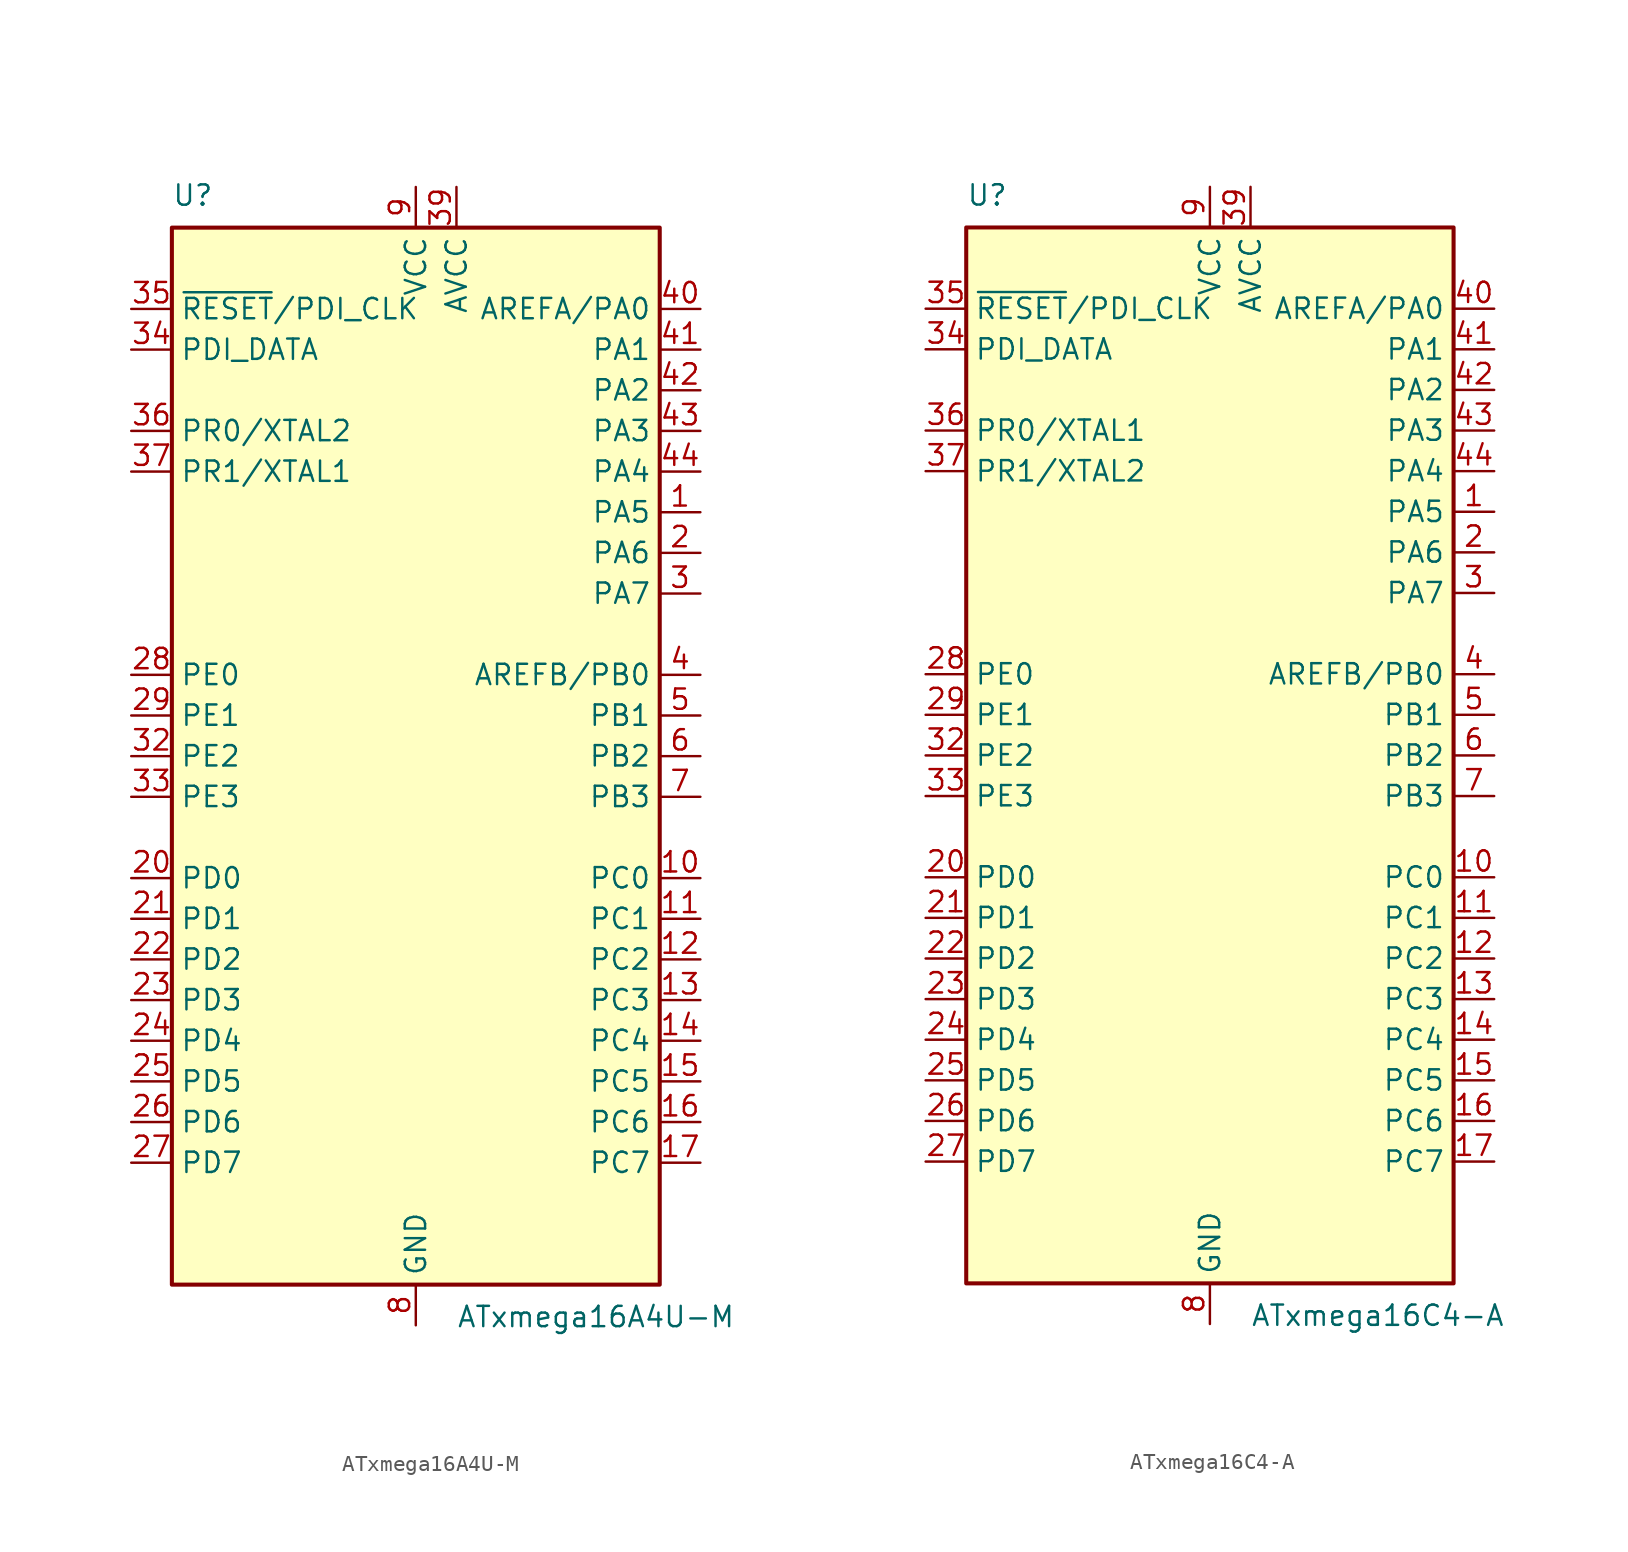
<source format=kicad_sym>
(kicad_symbol_lib
  (version 20241209)
  (generator "kicad_symbol_editor")
  (generator_version "9.0")
  (symbol "ATxmega16A4U-M"
    (property "Reference" "U"
      (at -15.24 34.29 0)
      (effects (font (size 1.27 1.27)) (justify left bottom)))
    (property "Value" "ATxmega16A4U-M"
      (at 2.54 -34.29 0)
      (effects (font (size 1.27 1.27)) (justify left top)))
    (symbol "ATxmega16A4U-M_0_1"
      (rectangle (start -15.24 -33.02) (end 15.24 33.02) (stroke (width 0.254) (type default)) (fill (type background))))
    (symbol "ATxmega16A4U-M_1_1"
      (pin input line (at -17.78 27.94 0) (length 2.54) (name "~{RESET}/PDI_CLK" (effects (font (size 1.27 1.27)))) (number "35" (effects (font (size 1.27 1.27)))))
      (pin bidirectional line (at -17.78 25.4 0) (length 2.54) (name "PDI_DATA" (effects (font (size 1.27 1.27)))) (number "34" (effects (font (size 1.27 1.27)))))
      (pin bidirectional line (at -17.78 20.32 0) (length 2.54) (name "PR0/XTAL2" (effects (font (size 1.27 1.27)))) (number "36" (effects (font (size 1.27 1.27)))))
      (pin bidirectional line (at -17.78 17.78 0) (length 2.54) (name "PR1/XTAL1" (effects (font (size 1.27 1.27)))) (number "37" (effects (font (size 1.27 1.27)))))
      (pin bidirectional line (at -17.78 5.08 0) (length 2.54) (name "PE0" (effects (font (size 1.27 1.27)))) (number "28" (effects (font (size 1.27 1.27)))))
      (pin bidirectional line (at -17.78 2.54 0) (length 2.54) (name "PE1" (effects (font (size 1.27 1.27)))) (number "29" (effects (font (size 1.27 1.27)))))
      (pin bidirectional line (at -17.78 0 0) (length 2.54) (name "PE2" (effects (font (size 1.27 1.27)))) (number "32" (effects (font (size 1.27 1.27)))))
      (pin bidirectional line (at -17.78 -2.54 0) (length 2.54) (name "PE3" (effects (font (size 1.27 1.27)))) (number "33" (effects (font (size 1.27 1.27)))))
      (pin bidirectional line (at -17.78 -7.62 0) (length 2.54) (name "PD0" (effects (font (size 1.27 1.27)))) (number "20" (effects (font (size 1.27 1.27)))))
      (pin bidirectional line (at -17.78 -10.16 0) (length 2.54) (name "PD1" (effects (font (size 1.27 1.27)))) (number "21" (effects (font (size 1.27 1.27)))))
      (pin bidirectional line (at -17.78 -12.7 0) (length 2.54) (name "PD2" (effects (font (size 1.27 1.27)))) (number "22" (effects (font (size 1.27 1.27)))))
      (pin bidirectional line (at -17.78 -15.24 0) (length 2.54) (name "PD3" (effects (font (size 1.27 1.27)))) (number "23" (effects (font (size 1.27 1.27)))))
      (pin bidirectional line (at -17.78 -17.78 0) (length 2.54) (name "PD4" (effects (font (size 1.27 1.27)))) (number "24" (effects (font (size 1.27 1.27)))))
      (pin bidirectional line (at -17.78 -20.32 0) (length 2.54) (name "PD5" (effects (font (size 1.27 1.27)))) (number "25" (effects (font (size 1.27 1.27)))))
      (pin bidirectional line (at -17.78 -22.86 0) (length 2.54) (name "PD6" (effects (font (size 1.27 1.27)))) (number "26" (effects (font (size 1.27 1.27)))))
      (pin bidirectional line (at -17.78 -25.4 0) (length 2.54) (name "PD7" (effects (font (size 1.27 1.27)))) (number "27" (effects (font (size 1.27 1.27)))))
      (pin passive line (at 0 35.56 270) (length 2.54) (hide yes) (name "VCC" (effects (font (size 1.27 1.27)))) (number "19" (effects (font (size 1.27 1.27)))))
      (pin passive line (at 0 35.56 270) (length 2.54) (hide yes) (name "VCC" (effects (font (size 1.27 1.27)))) (number "31" (effects (font (size 1.27 1.27)))))
      (pin power_in line (at 0 35.56 270) (length 2.54) (name "VCC" (effects (font (size 1.27 1.27)))) (number "9" (effects (font (size 1.27 1.27)))))
      (pin passive line (at 0 -35.56 90) (length 2.54) (hide yes) (name "GND" (effects (font (size 1.27 1.27)))) (number "18" (effects (font (size 1.27 1.27)))))
      (pin passive line (at 0 -35.56 90) (length 2.54) (hide yes) (name "GND" (effects (font (size 1.27 1.27)))) (number "30" (effects (font (size 1.27 1.27)))))
      (pin passive line (at 0 -35.56 90) (length 2.54) (hide yes) (name "GND" (effects (font (size 1.27 1.27)))) (number "38" (effects (font (size 1.27 1.27)))))
      (pin passive line (at 0 -35.56 90) (length 2.54) (hide yes) (name "GND" (effects (font (size 1.27 1.27)))) (number "45" (effects (font (size 1.27 1.27)))))
      (pin power_in line (at 0 -35.56 90) (length 2.54) (name "GND" (effects (font (size 1.27 1.27)))) (number "8" (effects (font (size 1.27 1.27)))))
      (pin power_in line (at 2.54 35.56 270) (length 2.54) (name "AVCC" (effects (font (size 1.27 1.27)))) (number "39" (effects (font (size 1.27 1.27)))))
      (pin bidirectional line (at 17.78 27.94 180) (length 2.54) (name "AREFA/PA0" (effects (font (size 1.27 1.27)))) (number "40" (effects (font (size 1.27 1.27)))))
      (pin bidirectional line (at 17.78 25.4 180) (length 2.54) (name "PA1" (effects (font (size 1.27 1.27)))) (number "41" (effects (font (size 1.27 1.27)))))
      (pin bidirectional line (at 17.78 22.86 180) (length 2.54) (name "PA2" (effects (font (size 1.27 1.27)))) (number "42" (effects (font (size 1.27 1.27)))))
      (pin bidirectional line (at 17.78 20.32 180) (length 2.54) (name "PA3" (effects (font (size 1.27 1.27)))) (number "43" (effects (font (size 1.27 1.27)))))
      (pin bidirectional line (at 17.78 17.78 180) (length 2.54) (name "PA4" (effects (font (size 1.27 1.27)))) (number "44" (effects (font (size 1.27 1.27)))))
      (pin bidirectional line (at 17.78 15.24 180) (length 2.54) (name "PA5" (effects (font (size 1.27 1.27)))) (number "1" (effects (font (size 1.27 1.27)))))
      (pin bidirectional line (at 17.78 12.7 180) (length 2.54) (name "PA6" (effects (font (size 1.27 1.27)))) (number "2" (effects (font (size 1.27 1.27)))))
      (pin bidirectional line (at 17.78 10.16 180) (length 2.54) (name "PA7" (effects (font (size 1.27 1.27)))) (number "3" (effects (font (size 1.27 1.27)))))
      (pin bidirectional line (at 17.78 5.08 180) (length 2.54) (name "AREFB/PB0" (effects (font (size 1.27 1.27)))) (number "4" (effects (font (size 1.27 1.27)))))
      (pin bidirectional line (at 17.78 2.54 180) (length 2.54) (name "PB1" (effects (font (size 1.27 1.27)))) (number "5" (effects (font (size 1.27 1.27)))))
      (pin bidirectional line (at 17.78 0 180) (length 2.54) (name "PB2" (effects (font (size 1.27 1.27)))) (number "6" (effects (font (size 1.27 1.27)))))
      (pin bidirectional line (at 17.78 -2.54 180) (length 2.54) (name "PB3" (effects (font (size 1.27 1.27)))) (number "7" (effects (font (size 1.27 1.27)))))
      (pin bidirectional line (at 17.78 -7.62 180) (length 2.54) (name "PC0" (effects (font (size 1.27 1.27)))) (number "10" (effects (font (size 1.27 1.27)))))
      (pin bidirectional line (at 17.78 -10.16 180) (length 2.54) (name "PC1" (effects (font (size 1.27 1.27)))) (number "11" (effects (font (size 1.27 1.27)))))
      (pin bidirectional line (at 17.78 -12.7 180) (length 2.54) (name "PC2" (effects (font (size 1.27 1.27)))) (number "12" (effects (font (size 1.27 1.27)))))
      (pin bidirectional line (at 17.78 -15.24 180) (length 2.54) (name "PC3" (effects (font (size 1.27 1.27)))) (number "13" (effects (font (size 1.27 1.27)))))
      (pin bidirectional line (at 17.78 -17.78 180) (length 2.54) (name "PC4" (effects (font (size 1.27 1.27)))) (number "14" (effects (font (size 1.27 1.27)))))
      (pin bidirectional line (at 17.78 -20.32 180) (length 2.54) (name "PC5" (effects (font (size 1.27 1.27)))) (number "15" (effects (font (size 1.27 1.27)))))
      (pin bidirectional line (at 17.78 -22.86 180) (length 2.54) (name "PC6" (effects (font (size 1.27 1.27)))) (number "16" (effects (font (size 1.27 1.27)))))
      (pin bidirectional line (at 17.78 -25.4 180) (length 2.54) (name "PC7" (effects (font (size 1.27 1.27)))) (number "17" (effects (font (size 1.27 1.27)))))))
  (symbol "ATxmega16C4-A"
    (property "Reference" "U"
      (at -15.24 34.29 0)
      (effects (font (size 1.27 1.27)) (justify left bottom)))
    (property "Value" "ATxmega16C4-A"
      (at 2.54 -34.29 0)
      (effects (font (size 1.27 1.27)) (justify left top)))
    (symbol "ATxmega16C4-A_0_1"
      (rectangle (start -15.24 -33.02) (end 15.24 33.02) (stroke (width 0.254) (type default)) (fill (type background))))
    (symbol "ATxmega16C4-A_1_1"
      (pin input line (at -17.78 27.94 0) (length 2.54) (name "~{RESET}/PDI_CLK" (effects (font (size 1.27 1.27)))) (number "35" (effects (font (size 1.27 1.27)))))
      (pin bidirectional line (at -17.78 25.4 0) (length 2.54) (name "PDI_DATA" (effects (font (size 1.27 1.27)))) (number "34" (effects (font (size 1.27 1.27)))))
      (pin bidirectional line (at -17.78 20.32 0) (length 2.54) (name "PR0/XTAL1" (effects (font (size 1.27 1.27)))) (number "36" (effects (font (size 1.27 1.27)))))
      (pin bidirectional line (at -17.78 17.78 0) (length 2.54) (name "PR1/XTAL2" (effects (font (size 1.27 1.27)))) (number "37" (effects (font (size 1.27 1.27)))))
      (pin bidirectional line (at -17.78 5.08 0) (length 2.54) (name "PE0" (effects (font (size 1.27 1.27)))) (number "28" (effects (font (size 1.27 1.27)))))
      (pin bidirectional line (at -17.78 2.54 0) (length 2.54) (name "PE1" (effects (font (size 1.27 1.27)))) (number "29" (effects (font (size 1.27 1.27)))))
      (pin bidirectional line (at -17.78 0 0) (length 2.54) (name "PE2" (effects (font (size 1.27 1.27)))) (number "32" (effects (font (size 1.27 1.27)))))
      (pin bidirectional line (at -17.78 -2.54 0) (length 2.54) (name "PE3" (effects (font (size 1.27 1.27)))) (number "33" (effects (font (size 1.27 1.27)))))
      (pin bidirectional line (at -17.78 -7.62 0) (length 2.54) (name "PD0" (effects (font (size 1.27 1.27)))) (number "20" (effects (font (size 1.27 1.27)))))
      (pin bidirectional line (at -17.78 -10.16 0) (length 2.54) (name "PD1" (effects (font (size 1.27 1.27)))) (number "21" (effects (font (size 1.27 1.27)))))
      (pin bidirectional line (at -17.78 -12.7 0) (length 2.54) (name "PD2" (effects (font (size 1.27 1.27)))) (number "22" (effects (font (size 1.27 1.27)))))
      (pin bidirectional line (at -17.78 -15.24 0) (length 2.54) (name "PD3" (effects (font (size 1.27 1.27)))) (number "23" (effects (font (size 1.27 1.27)))))
      (pin bidirectional line (at -17.78 -17.78 0) (length 2.54) (name "PD4" (effects (font (size 1.27 1.27)))) (number "24" (effects (font (size 1.27 1.27)))))
      (pin bidirectional line (at -17.78 -20.32 0) (length 2.54) (name "PD5" (effects (font (size 1.27 1.27)))) (number "25" (effects (font (size 1.27 1.27)))))
      (pin bidirectional line (at -17.78 -22.86 0) (length 2.54) (name "PD6" (effects (font (size 1.27 1.27)))) (number "26" (effects (font (size 1.27 1.27)))))
      (pin bidirectional line (at -17.78 -25.4 0) (length 2.54) (name "PD7" (effects (font (size 1.27 1.27)))) (number "27" (effects (font (size 1.27 1.27)))))
      (pin passive line (at 0 35.56 270) (length 2.54) (hide yes) (name "VCC" (effects (font (size 1.27 1.27)))) (number "19" (effects (font (size 1.27 1.27)))))
      (pin passive line (at 0 35.56 270) (length 2.54) (hide yes) (name "VCC" (effects (font (size 1.27 1.27)))) (number "31" (effects (font (size 1.27 1.27)))))
      (pin power_in line (at 0 35.56 270) (length 2.54) (name "VCC" (effects (font (size 1.27 1.27)))) (number "9" (effects (font (size 1.27 1.27)))))
      (pin passive line (at 0 -35.56 90) (length 2.54) (hide yes) (name "GND" (effects (font (size 1.27 1.27)))) (number "18" (effects (font (size 1.27 1.27)))))
      (pin passive line (at 0 -35.56 90) (length 2.54) (hide yes) (name "GND" (effects (font (size 1.27 1.27)))) (number "30" (effects (font (size 1.27 1.27)))))
      (pin passive line (at 0 -35.56 90) (length 2.54) (hide yes) (name "GND" (effects (font (size 1.27 1.27)))) (number "38" (effects (font (size 1.27 1.27)))))
      (pin power_in line (at 0 -35.56 90) (length 2.54) (name "GND" (effects (font (size 1.27 1.27)))) (number "8" (effects (font (size 1.27 1.27)))))
      (pin power_in line (at 2.54 35.56 270) (length 2.54) (name "AVCC" (effects (font (size 1.27 1.27)))) (number "39" (effects (font (size 1.27 1.27)))))
      (pin bidirectional line (at 17.78 27.94 180) (length 2.54) (name "AREFA/PA0" (effects (font (size 1.27 1.27)))) (number "40" (effects (font (size 1.27 1.27)))))
      (pin bidirectional line (at 17.78 25.4 180) (length 2.54) (name "PA1" (effects (font (size 1.27 1.27)))) (number "41" (effects (font (size 1.27 1.27)))))
      (pin bidirectional line (at 17.78 22.86 180) (length 2.54) (name "PA2" (effects (font (size 1.27 1.27)))) (number "42" (effects (font (size 1.27 1.27)))))
      (pin bidirectional line (at 17.78 20.32 180) (length 2.54) (name "PA3" (effects (font (size 1.27 1.27)))) (number "43" (effects (font (size 1.27 1.27)))))
      (pin bidirectional line (at 17.78 17.78 180) (length 2.54) (name "PA4" (effects (font (size 1.27 1.27)))) (number "44" (effects (font (size 1.27 1.27)))))
      (pin bidirectional line (at 17.78 15.24 180) (length 2.54) (name "PA5" (effects (font (size 1.27 1.27)))) (number "1" (effects (font (size 1.27 1.27)))))
      (pin bidirectional line (at 17.78 12.7 180) (length 2.54) (name "PA6" (effects (font (size 1.27 1.27)))) (number "2" (effects (font (size 1.27 1.27)))))
      (pin bidirectional line (at 17.78 10.16 180) (length 2.54) (name "PA7" (effects (font (size 1.27 1.27)))) (number "3" (effects (font (size 1.27 1.27)))))
      (pin bidirectional line (at 17.78 5.08 180) (length 2.54) (name "AREFB/PB0" (effects (font (size 1.27 1.27)))) (number "4" (effects (font (size 1.27 1.27)))))
      (pin bidirectional line (at 17.78 2.54 180) (length 2.54) (name "PB1" (effects (font (size 1.27 1.27)))) (number "5" (effects (font (size 1.27 1.27)))))
      (pin bidirectional line (at 17.78 0 180) (length 2.54) (name "PB2" (effects (font (size 1.27 1.27)))) (number "6" (effects (font (size 1.27 1.27)))))
      (pin bidirectional line (at 17.78 -2.54 180) (length 2.54) (name "PB3" (effects (font (size 1.27 1.27)))) (number "7" (effects (font (size 1.27 1.27)))))
      (pin bidirectional line (at 17.78 -7.62 180) (length 2.54) (name "PC0" (effects (font (size 1.27 1.27)))) (number "10" (effects (font (size 1.27 1.27)))))
      (pin bidirectional line (at 17.78 -10.16 180) (length 2.54) (name "PC1" (effects (font (size 1.27 1.27)))) (number "11" (effects (font (size 1.27 1.27)))))
      (pin bidirectional line (at 17.78 -12.7 180) (length 2.54) (name "PC2" (effects (font (size 1.27 1.27)))) (number "12" (effects (font (size 1.27 1.27)))))
      (pin bidirectional line (at 17.78 -15.24 180) (length 2.54) (name "PC3" (effects (font (size 1.27 1.27)))) (number "13" (effects (font (size 1.27 1.27)))))
      (pin bidirectional line (at 17.78 -17.78 180) (length 2.54) (name "PC4" (effects (font (size 1.27 1.27)))) (number "14" (effects (font (size 1.27 1.27)))))
      (pin bidirectional line (at 17.78 -20.32 180) (length 2.54) (name "PC5" (effects (font (size 1.27 1.27)))) (number "15" (effects (font (size 1.27 1.27)))))
      (pin bidirectional line (at 17.78 -22.86 180) (length 2.54) (name "PC6" (effects (font (size 1.27 1.27)))) (number "16" (effects (font (size 1.27 1.27)))))
      (pin bidirectional line (at 17.78 -25.4 180) (length 2.54) (name "PC7" (effects (font (size 1.27 1.27)))) (number "17" (effects (font (size 1.27 1.27))))))))
</source>
